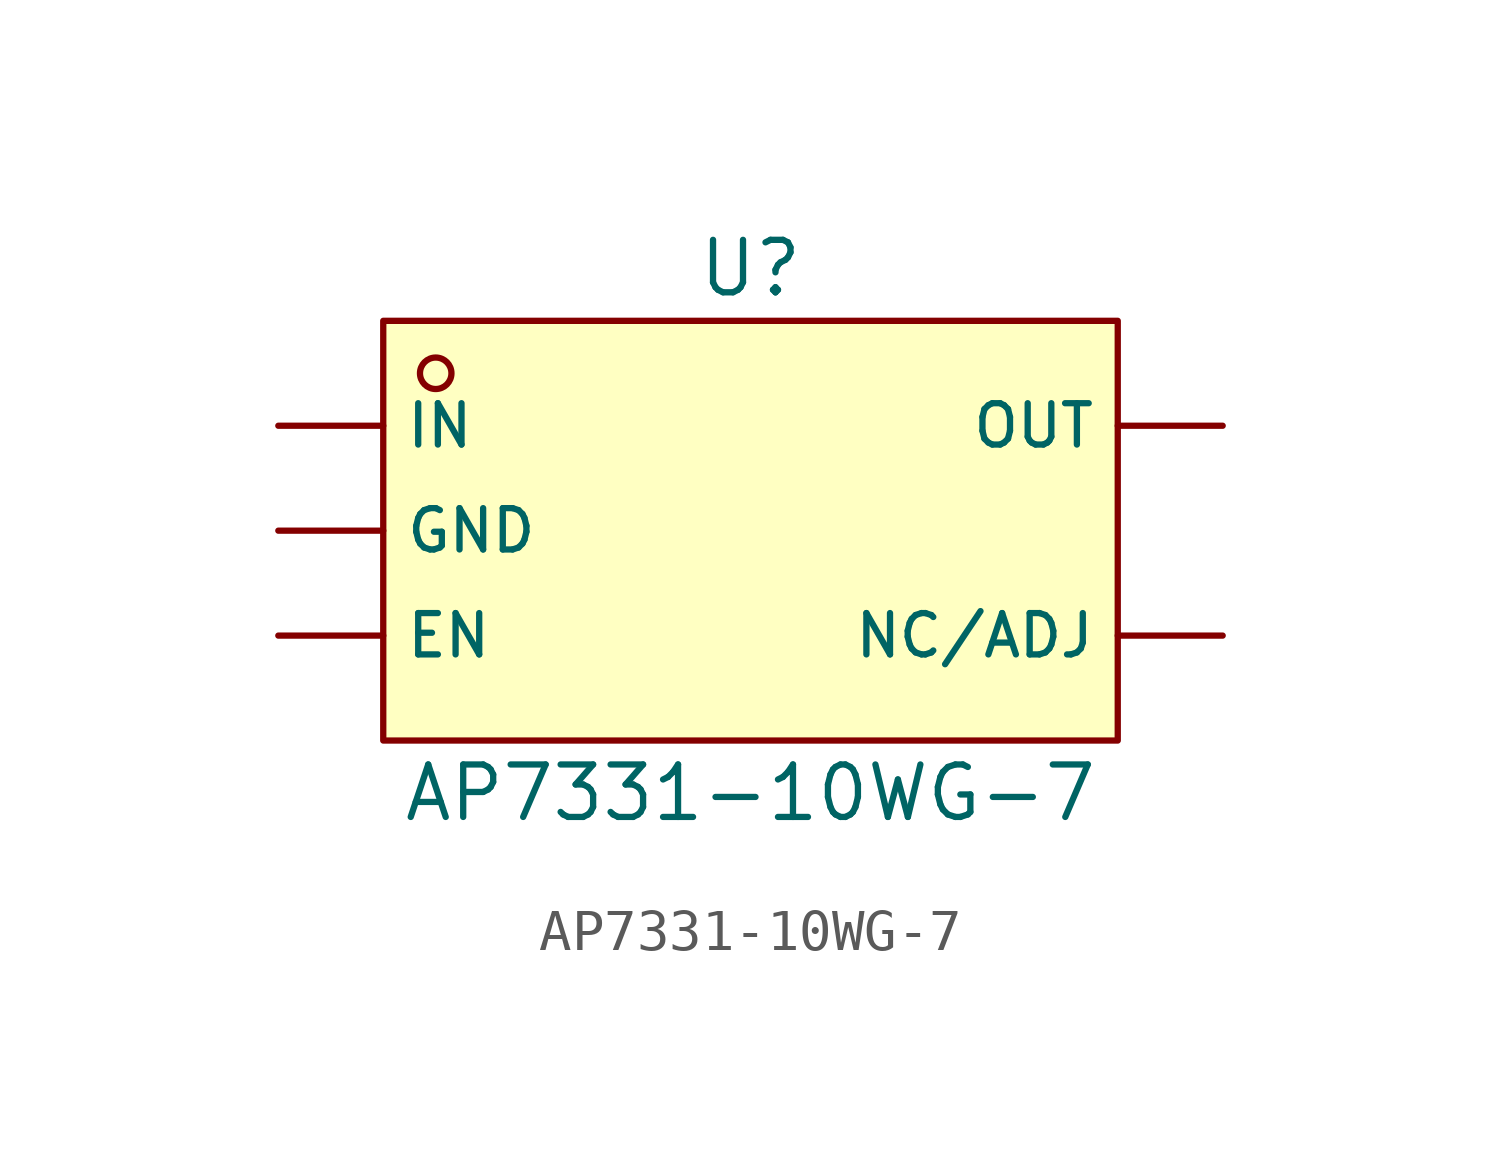
<source format=kicad_sym>
(kicad_symbol_lib
  (version 20220914)
  (generator kicad_symbol_editor)
  (symbol "AP7331-10WG-7"
    (pin_numbers hide)
    (property "Reference" "U"
      (at 0 6.35 0)
      (effects (font (size 1.27 1.27))))
    (property "Value" "AP7331-10WG-7"
      (at 0 -6.35 0)
      (effects (font (size 1.27 1.27))))
    (symbol "AP7331-10WG-7_0_1"
      (rectangle (start -8.89 5.08) (end 8.89 -5.08) (stroke (width 0) (type default)) (fill (type background)))
      (circle (center -7.62 3.81) (radius 0.381) (stroke (width 0) (type default)) (fill (type background)))
      (pin unspecified line (at -11.43 2.54 0) (length 2.54) (name "IN" (effects (font (size 1 1)))) (number "1" (effects (font (size 1 1)))))
      (pin unspecified line (at -11.43 0 0) (length 2.54) (name "GND" (effects (font (size 1 1)))) (number "2" (effects (font (size 1 1)))))
      (pin unspecified line (at -11.43 -2.54 0) (length 2.54) (name "EN" (effects (font (size 1 1)))) (number "3" (effects (font (size 1 1)))))
      (pin unspecified line (at 11.43 -2.54 180) (length 2.54) (name "NC/ADJ" (effects (font (size 1 1)))) (number "4" (effects (font (size 1 1)))))
      (pin unspecified line (at 11.43 2.54 180) (length 2.54) (name "OUT" (effects (font (size 1 1)))) (number "5" (effects (font (size 1 1))))))))
</source>
